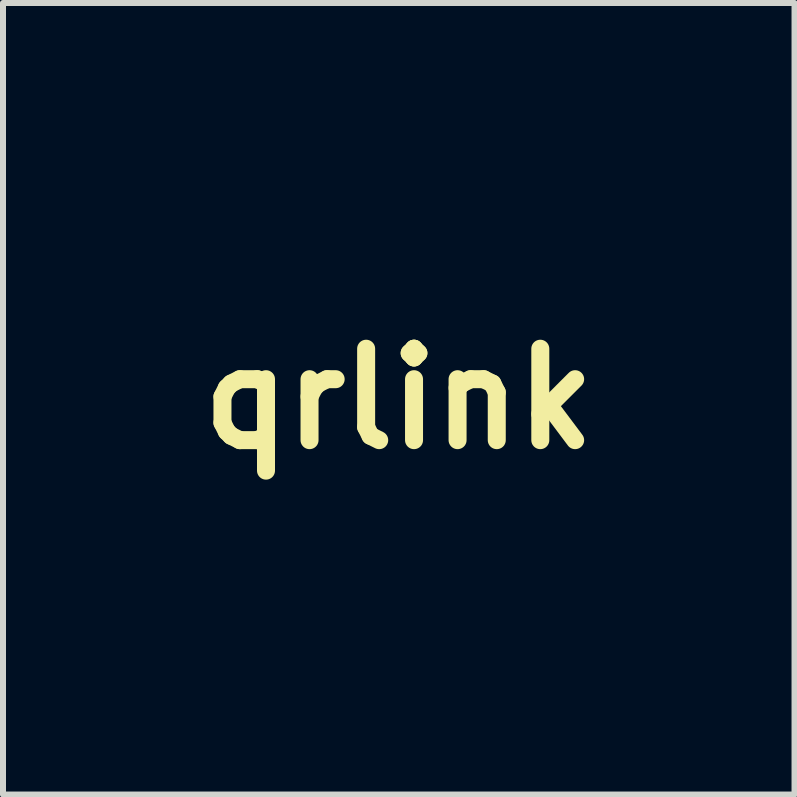
<source format=kicad_pcb>
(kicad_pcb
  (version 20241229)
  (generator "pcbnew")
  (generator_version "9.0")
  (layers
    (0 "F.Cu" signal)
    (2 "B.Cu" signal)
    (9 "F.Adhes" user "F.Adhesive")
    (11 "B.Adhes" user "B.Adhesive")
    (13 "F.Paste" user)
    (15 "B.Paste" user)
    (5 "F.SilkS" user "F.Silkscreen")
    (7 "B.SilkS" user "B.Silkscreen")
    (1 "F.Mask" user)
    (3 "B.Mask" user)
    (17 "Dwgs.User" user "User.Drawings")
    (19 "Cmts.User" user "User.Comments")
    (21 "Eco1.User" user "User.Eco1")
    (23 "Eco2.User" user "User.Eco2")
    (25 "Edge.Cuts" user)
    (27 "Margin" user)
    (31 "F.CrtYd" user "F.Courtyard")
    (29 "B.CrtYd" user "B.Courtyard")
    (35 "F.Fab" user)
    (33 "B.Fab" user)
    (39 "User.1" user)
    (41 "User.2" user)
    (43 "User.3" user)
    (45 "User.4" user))
  (footprint "qrlink"
    (layer "F.Cu")
    (at 3.597 3.597)
    (property "Reference" "qrlink" (at 0 0 0) (layer "F.SilkS") (effects (font (size 1.524 1.524) (thickness 0.3))))
    (attr through_hole)
    (fp_poly (pts (xy -3.08 0.127) (xy -3.334 0.127) (xy -3.334 -0.127) (xy -3.08 -0.127) (xy -3.08 0.127)) (stroke (width 0.01) (type solid)) (fill no) (layer "Eco2.User"))
    (fp_poly (pts (xy -2.349 -2.349) (xy -3.08 -2.349) (xy -3.08 -3.08) (xy -2.349 -3.08) (xy -2.349 -2.349)) (stroke (width 0.01) (type solid)) (fill no) (layer "Eco2.User"))
    (fp_poly (pts (xy -2.349 3.08) (xy -3.08 3.08) (xy -3.08 2.349) (xy -2.349 2.349) (xy -2.349 3.08)) (stroke (width 0.01) (type solid)) (fill no) (layer "Eco2.User"))
    (fp_poly (pts (xy -1.841 1.111) (xy -2.095 1.111) (xy -2.095 0.857) (xy -1.841 0.857) (xy -1.841 1.111)) (stroke (width 0.01) (type solid)) (fill no) (layer "Eco2.User"))
    (fp_poly (pts (xy 0.127 1.365) (xy -0.127 1.365) (xy -0.127 1.111) (xy 0.127 1.111) (xy 0.127 1.365)) (stroke (width 0.01) (type solid)) (fill no) (layer "Eco2.User"))
    (fp_poly (pts (xy 1.111 -1.841) (xy 0.857 -1.841) (xy 0.857 -2.349) (xy 1.111 -2.349) (xy 1.111 -1.841)) (stroke (width 0.01) (type solid)) (fill no) (layer "Eco2.User"))
    (fp_poly (pts (xy 2.095 2.095) (xy 1.841 2.095) (xy 1.841 1.841) (xy 2.095 1.841) (xy 2.095 2.095)) (stroke (width 0.01) (type solid)) (fill no) (layer "Eco2.User"))
    (fp_poly (pts (xy 3.08 -2.349) (xy 2.349 -2.349) (xy 2.349 -3.08) (xy 3.08 -3.08) (xy 3.08 -2.349)) (stroke (width 0.01) (type solid)) (fill no) (layer "Eco2.User"))
    (fp_poly (pts (xy -2.349 -1.365) (xy -2.971 -1.365) (xy -3.592 -1.365) (xy -3.582 -1.484) (xy -3.572 -1.603) (xy -2.961 -1.612) (xy -2.349 -1.621) (xy -2.349 -1.365)) (stroke (width 0.01) (type solid)) (fill no) (layer "Eco2.User"))
    (fp_poly (pts (xy -2.826 1.365) (xy -2.568 1.365) (xy -2.578 1.484) (xy -2.588 1.603) (xy -2.834 1.613) (xy -3.08 1.622) (xy -3.08 1.111) (xy -2.826 1.111) (xy -2.826 1.365)) (stroke (width 0.01) (type solid)) (fill no) (layer "Eco2.User"))
    (fp_poly (pts (xy 3.453 -0.375) (xy 3.531 -0.363) (xy 3.567 -0.333) (xy 3.58 -0.262) (xy 3.582 -0.246) (xy 3.592 -0.127) (xy 3.334 -0.127) (xy 3.334 -0.385) (xy 3.453 -0.375)) (stroke (width 0.01) (type solid)) (fill no) (layer "Eco2.User"))
    (fp_poly (pts (xy 3.453 0.609) (xy 3.531 0.621) (xy 3.567 0.652) (xy 3.58 0.722) (xy 3.582 0.738) (xy 3.592 0.857) (xy 3.334 0.857) (xy 3.334 0.599) (xy 3.453 0.609)) (stroke (width 0.01) (type solid)) (fill no) (layer "Eco2.User"))
    (fp_poly (pts (xy 3.582 2.215) (xy 3.57 2.293) (xy 3.539 2.329) (xy 3.469 2.342) (xy 3.453 2.343) (xy 3.334 2.353) (xy 3.334 2.095) (xy 3.592 2.095) (xy 3.582 2.215)) (stroke (width 0.01) (type solid)) (fill no) (layer "Eco2.User"))
    (fp_poly (pts (xy -1.365 -1.841) (xy -1.477 -1.841) (xy -1.56 -1.853) (xy -1.605 -1.882) (xy -1.606 -1.885) (xy -1.613 -1.937) (xy -1.615 -2.032) (xy -1.613 -2.131) (xy -1.603 -2.334) (xy -1.484 -2.343) (xy -1.365 -2.353) (xy -1.365 -1.841)) (stroke (width 0.01) (type solid)) (fill no) (layer "Eco2.User"))
    (fp_poly (pts (xy 2.707 -3.58) (xy 3.572 -3.572) (xy 3.58 -2.707) (xy 3.589 -1.841) (xy 1.841 -1.841) (xy 1.841 -2.095) (xy 2.095 -2.095) (xy 3.335 -2.095) (xy 3.326 -2.707) (xy 3.318 -3.318) (xy 2.707 -3.326) (xy 2.095 -3.335) (xy 2.095 -2.095) (xy 1.841 -2.095) (xy 1.841 -3.589) (xy 2.707 -3.58)) (stroke (width 0.01) (type solid)) (fill no) (layer "Eco2.User"))
    (fp_poly (pts (xy -1.841 -1.841) (xy -3.589 -1.841) (xy -3.586 -2.095) (xy -3.335 -2.095) (xy -2.095 -2.095) (xy -2.095 -2.715) (xy -2.096 -3.335) (xy -2.707 -3.326) (xy -3.318 -3.318) (xy -3.326 -2.707) (xy -3.335 -2.095) (xy -3.586 -2.095) (xy -3.58 -2.707) (xy -3.572 -3.572) (xy -2.707 -3.58) (xy -1.841 -3.589) (xy -1.841 -1.841)) (stroke (width 0.01) (type solid)) (fill no) (layer "Eco2.User"))
    (fp_poly (pts (xy 1.365 -2.826) (xy 1.619 -2.826) (xy 1.619 -2.349) (xy 1.111 -2.349) (xy 1.111 -2.603) (xy 1.238 -2.603) (xy 1.32 -2.607) (xy 1.356 -2.628) (xy 1.365 -2.682) (xy 1.365 -2.715) (xy 1.361 -2.786) (xy 1.338 -2.817) (xy 1.276 -2.826) (xy 1.238 -2.826) (xy 1.111 -2.826) (xy 1.111 -3.08) (xy 1.365 -3.08) (xy 1.365 -2.826)) (stroke (width 0.01) (type solid)) (fill no) (layer "Eco2.User"))
    (fp_poly (pts (xy 3.199 -1.613) (xy 3.277 -1.602) (xy 3.313 -1.571) (xy 3.326 -1.501) (xy 3.328 -1.486) (xy 3.339 -1.408) (xy 3.371 -1.373) (xy 3.443 -1.36) (xy 3.455 -1.359) (xy 3.532 -1.347) (xy 3.567 -1.316) (xy 3.58 -1.245) (xy 3.582 -1.23) (xy 3.592 -1.111) (xy 3.465 -1.111) (xy 3.383 -1.115) (xy 3.345 -1.137) (xy 3.331 -1.196) (xy 3.328 -1.23) (xy 3.316 -1.309) (xy 3.285 -1.345) (xy 3.215 -1.358) (xy 3.199 -1.359) (xy 3.123 -1.369) (xy 3.089 -1.396) (xy 3.08 -1.459) (xy 3.08 -1.496) (xy 3.08 -1.623) (xy 3.199 -1.613)) (stroke (width 0.01) (type solid)) (fill no) (layer "Eco2.User"))
    (fp_poly (pts (xy -0.913 0.369) (xy -0.881 0.393) (xy -0.873 0.455) (xy -0.873 0.492) (xy -0.877 0.574) (xy -0.899 0.612) (xy -0.958 0.626) (xy -0.992 0.629) (xy -1.07 0.64) (xy -1.104 0.668) (xy -1.111 0.732) (xy -1.111 0.748) (xy -1.115 0.818) (xy -1.139 0.849) (xy -1.202 0.857) (xy -1.238 0.857) (xy -1.365 0.857) (xy -1.365 0.73) (xy -1.362 0.649) (xy -1.341 0.613) (xy -1.283 0.604) (xy -1.24 0.603) (xy -1.159 0.599) (xy -1.122 0.576) (xy -1.108 0.516) (xy -1.105 0.484) (xy -1.094 0.406) (xy -1.066 0.373) (xy -1.001 0.365) (xy -0.984 0.365) (xy -0.913 0.369)) (stroke (width 0.01) (type solid)) (fill no) (layer "Eco2.User"))
    (fp_poly (pts (xy -1.841 3.588) (xy -2.693 3.588) (xy -2.92 3.587) (xy -3.125 3.585) (xy -3.301 3.582) (xy -3.439 3.577) (xy -3.53 3.572) (xy -3.567 3.567) (xy -3.567 3.567) (xy -3.572 3.53) (xy -3.577 3.439) (xy -3.582 3.302) (xy -3.585 3.126) (xy -3.587 2.92) (xy -3.588 2.694) (xy -3.588 2.095) (xy -3.334 2.095) (xy -3.334 2.693) (xy -3.333 2.882) (xy -3.33 3.049) (xy -3.325 3.183) (xy -3.319 3.274) (xy -3.313 3.312) (xy -3.313 3.313) (xy -3.276 3.319) (xy -3.185 3.325) (xy -3.052 3.33) (xy -2.886 3.333) (xy -2.698 3.334) (xy -2.693 3.334) (xy -2.095 3.334) (xy -2.095 2.095) (xy -3.334 2.095) (xy -3.588 2.095) (xy -3.588 1.841) (xy -1.841 1.841) (xy -1.841 3.588)) (stroke (width 0.01) (type solid)) (fill no) (layer "Eco2.User"))
    (fp_poly (pts (xy -1.365 0.254) (xy -1.369 0.335) (xy -1.389 0.371) (xy -1.443 0.381) (xy -1.474 0.381) (xy -1.546 0.386) (xy -1.579 0.414) (xy -1.592 0.483) (xy -1.594 0.5) (xy -1.603 0.619) (xy -1.849 0.628) (xy -2.095 0.638) (xy -2.095 0.746) (xy -2.101 0.817) (xy -2.129 0.849) (xy -2.198 0.862) (xy -2.215 0.863) (xy -2.293 0.875) (xy -2.329 0.906) (xy -2.342 0.976) (xy -2.343 0.992) (xy -2.353 1.111) (xy -2.606 1.111) (xy -2.597 0.865) (xy -2.588 0.619) (xy -2.343 0.61) (xy -2.099 0.601) (xy -2.089 0.483) (xy -2.078 0.405) (xy -2.047 0.37) (xy -1.976 0.357) (xy -1.961 0.355) (xy -1.883 0.344) (xy -1.849 0.316) (xy -1.842 0.252) (xy -1.841 0.236) (xy -1.841 0.127) (xy -1.365 0.127) (xy -1.365 0.254)) (stroke (width 0.01) (type solid)) (fill no) (layer "Eco2.User"))
    (fp_poly (pts (xy 3.334 0.127) (xy 3.334 0.381) (xy 3.08 0.381) (xy 3.08 1.111) (xy 3.334 1.111) (xy 3.334 1.365) (xy 3.588 1.365) (xy 3.588 1.841) (xy 3.08 1.841) (xy 3.08 2.095) (xy 2.603 2.095) (xy 2.603 2.572) (xy 2.715 2.572) (xy 2.789 2.567) (xy 2.82 2.539) (xy 2.826 2.469) (xy 2.826 2.461) (xy 2.83 2.389) (xy 2.853 2.358) (xy 2.915 2.35) (xy 2.953 2.349) (xy 3.034 2.353) (xy 3.07 2.374) (xy 3.079 2.428) (xy 3.08 2.459) (xy 3.08 2.569) (xy 3.326 2.578) (xy 3.572 2.588) (xy 3.582 2.707) (xy 3.592 2.826) (xy 3.334 2.826) (xy 3.334 3.334) (xy 3.08 3.334) (xy 3.08 3.588) (xy 2.826 3.588) (xy 2.826 3.461) (xy 2.822 3.379) (xy 2.802 3.343) (xy 2.748 3.334) (xy 2.717 3.334) (xy 2.645 3.339) (xy 2.612 3.367) (xy 2.599 3.436) (xy 2.597 3.453) (xy 2.588 3.572) (xy 2.215 3.581) (xy 1.841 3.59) (xy 1.841 3.334) (xy 1.369 3.334) (xy 1.359 3.453) (xy 1.349 3.572) (xy 0.619 3.572) (xy 0.609 3.455) (xy 0.598 3.377) (xy 0.566 3.342) (xy 0.494 3.329) (xy 0.482 3.328) (xy 0.405 3.316) (xy 0.37 3.285) (xy 0.357 3.214) (xy 0.355 3.199) (xy 0.344 3.121) (xy 0.316 3.087) (xy 0.252 3.08) (xy 0.236 3.08) (xy 0.166 3.084) (xy 0.135 3.108) (xy 0.127 3.17) (xy 0.127 3.207) (xy 0.127 3.334) (xy -0.127 3.334) (xy -0.127 3.08) (xy 0.127 3.08) (xy 0.127 2.826) (xy 0.635 2.826) (xy 0.635 3.334) (xy 0.857 3.334) (xy 0.857 3.08) (xy 1.111 3.08) (xy 1.111 3.338) (xy 1.23 3.328) (xy 1.309 3.316) (xy 1.345 3.285) (xy 1.358 3.215) (xy 1.359 3.199) (xy 1.369 3.08) (xy 1.841 3.08) (xy 1.841 3.334) (xy 2.095 3.334) (xy 2.095 3.207) (xy 2.349 3.207) (xy 2.353 3.288) (xy 2.374 3.324) (xy 2.428 3.333) (xy 2.461 3.334) (xy 2.532 3.33) (xy 2.563 3.306) (xy 2.572 3.244) (xy 2.572 3.207) (xy 2.568 3.125) (xy 2.548 3.089) (xy 2.493 3.08) (xy 2.461 3.08) (xy 2.826 3.08) (xy 2.826 3.334) (xy 3.08 3.334) (xy 3.08 3.08) (xy 2.826 3.08) (xy 2.461 3.08) (xy 2.389 3.084) (xy 2.358 3.107) (xy 2.35 3.169) (xy 2.349 3.207) (xy 2.095 3.207) (xy 2.095 3.08) (xy 1.841 3.08) (xy 1.369 3.08) (xy 1.111 3.08) (xy 0.857 3.08) (xy 0.857 2.826) (xy 0.635 2.826) (xy 0.127 2.826) (xy 0.127 2.603) (xy 1.619 2.603) (xy 1.619 2.826) (xy 2.572 2.826) (xy 2.572 2.603) (xy 1.619 2.603) (xy 0.127 2.603) (xy -0.127 2.603) (xy -0.127 2.477) (xy -0.13 2.395) (xy -0.151 2.359) (xy -0.205 2.35) (xy -0.236 2.349) (xy -0.308 2.355) (xy -0.341 2.382) (xy -0.354 2.452) (xy -0.355 2.469) (xy -0.365 2.545) (xy -0.392 2.579) (xy -0.455 2.587) (xy -0.492 2.588) (xy -0.619 2.588) (xy -0.628 2.342) (xy -0.638 2.095) (xy -0.381 2.095) (xy -0.127 2.095) (xy -0.127 2.353) (xy -0.008 2.343) (xy 0.071 2.332) (xy 0.106 2.301) (xy 0.12 2.231) (xy 0.121 2.215) (xy 0.131 2.095) (xy -0.127 2.095) (xy -0.381 2.095) (xy -0.381 1.841) (xy -0.508 1.841) (xy -0.589 1.838) (xy -0.625 1.817) (xy -0.635 1.763) (xy -0.635 1.73) (xy -0.64 1.656) (xy -0.668 1.625) (xy -0.738 1.619) (xy -0.746 1.619) (xy -0.821 1.624) (xy -0.851 1.652) (xy -0.857 1.722) (xy -0.857 1.73) (xy -0.861 1.802) (xy -0.885 1.833) (xy -0.947 1.841) (xy -0.984 1.841) (xy -1.111 1.841) (xy -1.111 2.095) (xy -0.857 2.095) (xy -0.857 2.823) (xy -0.611 2.832) (xy -0.365 2.842) (xy -0.355 2.961) (xy -0.345 3.08) (xy -0.601 3.08) (xy -0.61 3.326) (xy -0.619 3.572) (xy -0.738 3.582) (xy -0.857 3.592) (xy -0.857 3.08) (xy -1.111 3.08) (xy -1.111 2.822) (xy -1.23 2.832) (xy -1.349 2.842) (xy -1.349 3.318) (xy -1.23 3.328) (xy -1.154 3.338) (xy -1.12 3.365) (xy -1.111 3.429) (xy -1.111 3.463) (xy -1.111 3.588) (xy -1.344 3.588) (xy -1.46 3.585) (xy -1.55 3.578) (xy -1.596 3.568) (xy -1.598 3.567) (xy -1.605 3.53) (xy -1.611 3.439) (xy -1.615 3.306) (xy -1.618 3.14) (xy -1.619 2.952) (xy -1.619 2.461) (xy -1.365 2.461) (xy -1.361 2.532) (xy -1.338 2.563) (xy -1.276 2.572) (xy -1.238 2.572) (xy -1.157 2.568) (xy -1.121 2.548) (xy -1.112 2.493) (xy -1.111 2.461) (xy -1.115 2.389) (xy -1.139 2.358) (xy -1.201 2.35) (xy -1.238 2.349) (xy -1.32 2.353) (xy -1.356 2.374) (xy -1.365 2.428) (xy -1.365 2.461) (xy -1.619 2.461) (xy -1.619 2.349) (xy -1.365 2.349) (xy -1.365 2.095) (xy -1.619 2.095) (xy -1.619 1.73) (xy -1.365 1.73) (xy -1.361 1.802) (xy -1.338 1.833) (xy -1.276 1.841) (xy -1.238 1.841) (xy -1.157 1.838) (xy -1.121 1.817) (xy -1.112 1.763) (xy -1.111 1.73) (xy -1.115 1.659) (xy -1.139 1.628) (xy -1.201 1.619) (xy -1.238 1.619) (xy -1.32 1.623) (xy -1.356 1.643) (xy -1.365 1.698) (xy -1.365 1.73) (xy -1.619 1.73) (xy -1.619 1.621) (xy -1.976 1.612) (xy -2.334 1.603) (xy -2.343 1.357) (xy -2.352 1.111) (xy -2.226 1.111) (xy -2.145 1.115) (xy -2.107 1.137) (xy -2.093 1.196) (xy -2.089 1.23) (xy -2.08 1.349) (xy -1.849 1.359) (xy -1.619 1.368) (xy -1.619 1.24) (xy -1.616 1.158) (xy -1.595 1.121) (xy -1.539 1.112) (xy -1.494 1.111) (xy -1.413 1.115) (xy -1.376 1.138) (xy -1.362 1.198) (xy -1.359 1.23) (xy -1.348 1.309) (xy -1.317 1.345) (xy -1.247 1.358) (xy -1.23 1.359) (xy -1.152 1.37) (xy -1.119 1.399) (xy -1.111 1.463) (xy -1.111 1.478) (xy -1.107 1.548) (xy -1.083 1.579) (xy -1.021 1.587) (xy -0.984 1.587) (xy -0.903 1.584) (xy -0.867 1.563) (xy -0.858 1.509) (xy -0.857 1.476) (xy -0.861 1.405) (xy -0.885 1.374) (xy -0.947 1.365) (xy -0.984 1.365) (xy -1.111 1.365) (xy -1.111 1.111) (xy -0.857 1.111) (xy -0.857 0.855) (xy -0.611 0.864) (xy -0.365 0.873) (xy -0.365 0.984) (xy -0.37 1.057) (xy -0.397 1.091) (xy -0.466 1.104) (xy -0.484 1.105) (xy -0.603 1.115) (xy -0.603 1.587) (xy 0.127 1.587) (xy 0.127 1.714) (xy 0.13 1.796) (xy 0.151 1.832) (xy 0.205 1.841) (xy 0.236 1.841) (xy 0.381 1.841) (xy 0.381 2.349) (xy 0.857 2.349) (xy 0.857 2.572) (xy 1.365 2.572) (xy 1.365 2.349) (xy 0.857 2.349) (xy 0.857 1.841) (xy 1.365 1.841) (xy 1.365 1.73) (xy 1.361 1.659) (xy 1.338 1.628) (xy 1.276 1.619) (xy 1.238 1.619) (xy 1.619 1.619) (xy 1.619 2.352) (xy 1.976 2.343) (xy 2.334 2.334) (xy 2.343 1.976) (xy 2.352 1.619) (xy 1.619 1.619) (xy 1.238 1.619) (xy 1.157 1.616) (xy 1.121 1.595) (xy 1.112 1.537) (xy 1.111 1.494) (xy 1.115 1.413) (xy 1.138 1.376) (xy 1.198 1.362) (xy 1.23 1.359) (xy 1.349 1.349) (xy 1.349 0.984) (xy 1.619 0.984) (xy 1.623 1.066) (xy 1.643 1.102) (xy 1.698 1.111) (xy 1.73 1.111) (xy 2.095 1.111) (xy 2.095 1.365) (xy 2.603 1.365) (xy 2.603 1.476) (xy 2.608 1.551) (xy 2.636 1.581) (xy 2.706 1.587) (xy 2.715 1.587) (xy 2.789 1.583) (xy 2.82 1.555) (xy 2.826 1.485) (xy 2.826 1.476) (xy 2.83 1.405) (xy 2.853 1.374) (xy 2.915 1.365) (xy 2.953 1.365) (xy 3.08 1.365) (xy 3.08 1.111) (xy 2.826 1.111) (xy 2.826 0.635) (xy 2.603 0.635) (xy 2.603 1.111) (xy 2.095 1.111) (xy 1.73 1.111) (xy 1.802 1.107) (xy 1.833 1.084) (xy 1.841 1.022) (xy 1.841 0.984) (xy 1.838 0.903) (xy 1.817 0.867) (xy 1.763 0.858) (xy 1.73 0.857) (xy 1.659 0.861) (xy 1.628 0.885) (xy 1.619 0.947) (xy 1.619 0.984) (xy 1.349 0.984) (xy 1.349 0.873) (xy 1.23 0.863) (xy 1.111 0.853) (xy 1.111 0.381) (xy 1.365 0.381) (xy 1.365 0.857) (xy 1.587 0.857) (xy 1.587 0.492) (xy 1.841 0.492) (xy 1.845 0.563) (xy 1.869 0.595) (xy 1.931 0.603) (xy 1.968 0.603) (xy 2.05 0.6) (xy 2.086 0.579) (xy 2.095 0.525) (xy 2.095 0.492) (xy 2.349 0.492) (xy 2.354 0.567) (xy 2.382 0.597) (xy 2.452 0.603) (xy 2.461 0.603) (xy 2.535 0.598) (xy 2.566 0.571) (xy 2.572 0.501) (xy 2.572 0.492) (xy 2.567 0.418) (xy 2.539 0.387) (xy 2.469 0.381) (xy 2.461 0.381) (xy 2.386 0.386) (xy 2.356 0.414) (xy 2.35 0.484) (xy 2.349 0.492) (xy 2.095 0.492) (xy 2.092 0.421) (xy 2.068 0.389) (xy 2.006 0.381) (xy 1.968 0.381) (xy 1.887 0.384) (xy 1.851 0.405) (xy 1.842 0.459) (xy 1.841 0.492) (xy 1.587 0.492) (xy 1.587 0.381) (xy 1.365 0.381) (xy 1.111 0.381) (xy 1.111 0.131) (xy 1.125 0.13) (xy 1.841 0.13) (xy 1.912 0.127) (xy 2.603 0.127) (xy 2.603 0.236) (xy 2.609 0.308) (xy 2.636 0.341) (xy 2.706 0.354) (xy 2.723 0.355) (xy 2.842 0.359) (xy 2.961 0.354) (xy 3.039 0.342) (xy 3.072 0.313) (xy 3.08 0.249) (xy 3.08 0.235) (xy 3.08 0.127) (xy 2.603 0.127) (xy 1.912 0.127) (xy 2.088 0.12) (xy 2.334 0.111) (xy 2.334 -0.111) (xy 2.088 -0.12) (xy 1.841 -0.13) (xy 1.841 0.13) (xy 1.125 0.13) (xy 1.23 0.121) (xy 1.308 0.11) (xy 1.342 0.082) (xy 1.349 0.017) (xy 1.349 0) (xy 1.349 -0.111) (xy 1.103 -0.12) (xy 0.857 -0.13) (xy 0.857 -0.239) (xy 0.852 -0.313) (xy 0.824 -0.343) (xy 0.754 -0.349) (xy 0.746 -0.349) (xy 0.635 -0.349) (xy 0.635 0.349) (xy 0.746 0.349) (xy 0.814 0.352) (xy 0.847 0.373) (xy 0.857 0.429) (xy 0.857 0.492) (xy 0.855 0.58) (xy 0.839 0.621) (xy 0.796 0.634) (xy 0.746 0.635) (xy 0.672 0.64) (xy 0.641 0.668) (xy 0.635 0.738) (xy 0.635 0.746) (xy 0.64 0.821) (xy 0.668 0.851) (xy 0.738 0.857) (xy 0.746 0.857) (xy 0.817 0.861) (xy 0.849 0.885) (xy 0.857 0.947) (xy 0.857 0.984) (xy 0.854 1.066) (xy 0.833 1.102) (xy 0.779 1.111) (xy 0.746 1.111) (xy 0.675 1.115) (xy 0.643 1.139) (xy 0.635 1.201) (xy 0.635 1.238) (xy 0.638 1.32) (xy 0.659 1.356) (xy 0.713 1.365) (xy 0.746 1.365) (xy 0.817 1.369) (xy 0.849 1.393) (xy 0.857 1.455) (xy 0.857 1.492) (xy 0.854 1.574) (xy 0.833 1.61) (xy 0.779 1.619) (xy 0.746 1.619) (xy 0.672 1.624) (xy 0.641 1.652) (xy 0.635 1.722) (xy 0.635 1.73) (xy 0.631 1.802) (xy 0.607 1.833) (xy 0.545 1.841) (xy 0.508 1.841) (xy 0.381 1.841) (xy 0.236 1.841) (xy 0.308 1.836) (xy 0.341 1.809) (xy 0.354 1.739) (xy 0.355 1.722) (xy 0.367 1.644) (xy 0.398 1.608) (xy 0.468 1.595) (xy 0.484 1.594) (xy 0.562 1.582) (xy 0.596 1.554) (xy 0.603 1.49) (xy 0.603 1.476) (xy 0.598 1.406) (xy 0.57 1.373) (xy 0.5 1.361) (xy 0.484 1.359) (xy 0.406 1.348) (xy 0.37 1.317) (xy 0.357 1.247) (xy 0.355 1.23) (xy 0.344 1.152) (xy 0.316 1.119) (xy 0.252 1.111) (xy 0.236 1.111) (xy 0.166 1.107) (xy 0.135 1.083) (xy 0.127 1.021) (xy 0.127 0.984) (xy 0.13 0.903) (xy 0.151 0.867) (xy 0.205 0.858) (xy 0.238 0.857) (xy 0.313 0.852) (xy 0.343 0.825) (xy 0.349 0.755) (xy 0.349 0.748) (xy 0.349 0.638) (xy 0.119 0.628) (xy -0.111 0.619) (xy -0.121 0.5) (xy -0.132 0.422) (xy -0.16 0.389) (xy -0.224 0.381) (xy -0.238 0.381) (xy -0.309 0.386) (xy -0.341 0.414) (xy -0.354 0.484) (xy -0.355 0.5) (xy -0.365 0.576) (xy -0.392 0.61) (xy -0.455 0.619) (xy -0.492 0.619) (xy -0.619 0.619) (xy -0.628 0.373) (xy -0.638 0.127) (xy -0.381 0.127) (xy -0.127 0.127) (xy -0.127 0.349) (xy 0.349 0.349) (xy 0.349 0.127) (xy -0.127 0.127) (xy -0.381 0.127) (xy -0.381 -0.127) (xy -0.508 -0.127) (xy -0.589 -0.13) (xy -0.625 -0.151) (xy -0.635 -0.205) (xy -0.635 -0.238) (xy -0.64 -0.313) (xy -0.668 -0.343) (xy -0.738 -0.349) (xy -0.746 -0.349) (xy -0.857 -0.349) (xy -0.857 0.127) (xy -1.111 0.127) (xy -1.111 -0.127) (xy -1.841 -0.127) (xy -1.841 0.127) (xy -2.349 0.127) (xy -2.349 0.381) (xy -2.822 0.381) (xy -2.832 0.5) (xy -2.843 0.579) (xy -2.874 0.614) (xy -2.944 0.628) (xy -2.961 0.629) (xy -3.039 0.64) (xy -3.072 0.668) (xy -3.08 0.732) (xy -3.08 0.748) (xy -3.084 0.818) (xy -3.108 0.849) (xy -3.17 0.857) (xy -3.207 0.857) (xy -3.334 0.857) (xy -3.334 1.623) (xy -3.453 1.613) (xy -3.572 1.603) (xy -3.572 0.365) (xy -3.445 0.36) (xy -3.349 0.357) (xy -3.217 0.354) (xy -3.078 0.352) (xy -3.072 0.352) (xy -2.826 0.349) (xy -2.826 0.238) (xy -2.821 0.164) (xy -2.793 0.133) (xy -2.723 0.127) (xy -2.715 0.127) (xy -2.643 0.123) (xy -2.612 0.099) (xy -2.604 0.037) (xy -2.603 0) (xy -2.607 -0.081) (xy -2.628 -0.117) (xy -2.682 -0.127) (xy -2.715 -0.127) (xy -2.789 -0.132) (xy -2.82 -0.16) (xy -2.826 -0.23) (xy -2.826 -0.236) (xy -2.572 -0.236) (xy -2.572 -0.127) (xy -1.841 -0.127) (xy -1.841 -0.344) (xy -2.088 -0.355) (xy -2.225 -0.359) (xy -2.355 -0.359) (xy -2.449 -0.356) (xy -2.453 -0.355) (xy -2.531 -0.344) (xy -2.564 -0.316) (xy -2.572 -0.252) (xy -2.572 -0.236) (xy -2.826 -0.236) (xy -2.826 -0.238) (xy -2.826 -0.349) (xy -3.072 -0.352) (xy -3.26 -0.354) (xy -3.394 -0.357) (xy -3.483 -0.363) (xy -3.536 -0.375) (xy -3.563 -0.396) (xy -3.572 -0.428) (xy -3.572 -0.474) (xy -3.572 -0.492) (xy -3.568 -0.574) (xy -3.546 -0.612) (xy -3.487 -0.626) (xy -3.453 -0.629) (xy -3.375 -0.64) (xy -3.341 -0.668) (xy -3.334 -0.732) (xy -3.334 -0.748) (xy -3.334 -0.857) (xy -2.826 -0.857) (xy -2.826 -0.381) (xy -2.603 -0.381) (xy -2.603 -0.857) (xy -2.826 -0.857) (xy -2.826 -1.111) (xy -2.572 -1.111) (xy -2.572 -0.984) (xy -2.568 -0.903) (xy -2.548 -0.867) (xy -2.493 -0.858) (xy -2.461 -0.857) (xy -2.349 -0.857) (xy -2.349 -1.365) (xy -2.095 -1.365) (xy -2.095 -1.111) (xy -1.841 -1.111) (xy -1.841 -0.857) (xy -1.968 -0.857) (xy -2.05 -0.854) (xy -2.086 -0.833) (xy -2.095 -0.779) (xy -2.095 -0.748) (xy -2.09 -0.676) (xy -2.063 -0.643) (xy -1.993 -0.63) (xy -1.976 -0.629) (xy -1.898 -0.617) (xy -1.862 -0.587) (xy -1.849 -0.516) (xy -1.848 -0.5) (xy -1.838 -0.381) (xy -1.365 -0.381) (xy -1.365 -0.492) (xy -1.111 -0.492) (xy -1.107 -0.421) (xy -1.084 -0.389) (xy -1.022 -0.381) (xy -0.984 -0.381) (xy -0.903 -0.384) (xy -0.867 -0.405) (xy -0.858 -0.459) (xy -0.857 -0.492) (xy -0.861 -0.563) (xy -0.885 -0.595) (xy -0.947 -0.603) (xy -0.984 -0.603) (xy -1.066 -0.6) (xy -1.102 -0.579) (xy -1.111 -0.525) (xy -1.111 -0.492) (xy -1.365 -0.492) (xy -1.365 -0.857) (xy -1.619 -0.857) (xy -1.619 -1.365) (xy -2.095 -1.365) (xy -2.095 -1.619) (xy -0.857 -1.619) (xy -0.857 -1.494) (xy -0.861 -1.413) (xy -0.884 -1.376) (xy -0.944 -1.362) (xy -0.976 -1.359) (xy -1.095 -1.349) (xy -1.105 -1.103) (xy -1.114 -0.857) (xy -0.857 -0.857) (xy -0.857 -1.114) (xy -0.611 -1.105) (xy -0.365 -1.095) (xy -0.365 -0.984) (xy -0.37 -0.911) (xy -0.397 -0.878) (xy -0.466 -0.865) (xy -0.484 -0.863) (xy -0.603 -0.853) (xy -0.603 -0.381) (xy -0.127 -0.381) (xy -0.127 -0.127) (xy 0.349 -0.127) (xy 0.349 -0.238) (xy 0.344 -0.313) (xy 0.317 -0.343) (xy 0.247 -0.349) (xy 0.238 -0.349) (xy 0.167 -0.353) (xy 0.135 -0.377) (xy 0.127 -0.439) (xy 0.127 -0.476) (xy 0.127 -0.492) (xy 0.381 -0.492) (xy 0.386 -0.418) (xy 0.414 -0.387) (xy 0.484 -0.381) (xy 0.492 -0.381) (xy 0.567 -0.386) (xy 0.597 -0.414) (xy 0.603 -0.484) (xy 0.603 -0.492) (xy 0.598 -0.567) (xy 0.571 -0.597) (xy 0.501 -0.603) (xy 0.492 -0.603) (xy 0.418 -0.598) (xy 0.387 -0.571) (xy 0.381 -0.501) (xy 0.381 -0.492) (xy 0.127 -0.492) (xy 0.127 -0.603) (xy -0.127 -0.603) (xy -0.127 -1.111) (xy 0.349 -1.111) (xy 0.349 -1.365) (xy -0.635 -1.365) (xy -0.635 -1.857) (xy -0.359 -1.857) (xy -0.354 -1.738) (xy -0.342 -1.66) (xy -0.313 -1.627) (xy -0.249 -1.619) (xy -0.235 -1.619) (xy -0.127 -1.619) (xy -0.127 -2.095) (xy -0.236 -2.095) (xy -0.308 -2.09) (xy -0.341 -2.063) (xy -0.354 -1.993) (xy -0.355 -1.976) (xy -0.359 -1.857) (xy -0.635 -1.857) (xy -0.635 -2.095) (xy -0.381 -2.095) (xy -0.381 -2.349) (xy -0.508 -2.349) (xy -0.589 -2.353) (xy -0.625 -2.374) (xy -0.635 -2.428) (xy -0.635 -2.461) (xy -0.64 -2.535) (xy -0.668 -2.566) (xy -0.738 -2.572) (xy -0.746 -2.572) (xy -0.127 -2.572) (xy -0.127 -2.095) (xy 0.127 -2.095) (xy 0.127 -2.572) (xy -0.127 -2.572) (xy -0.746 -2.572) (xy -0.857 -2.572) (xy -0.857 -1.841) (xy -1.111 -1.841) (xy -1.111 -2.569) (xy -1.357 -2.578) (xy -1.603 -2.588) (xy -1.613 -2.707) (xy -1.614 -2.715) (xy -1.111 -2.715) (xy -1.107 -2.643) (xy -1.084 -2.612) (xy -1.022 -2.604) (xy -0.984 -2.603) (xy -0.903 -2.607) (xy -0.867 -2.628) (xy -0.858 -2.682) (xy -0.857 -2.715) (xy -0.861 -2.786) (xy -0.885 -2.817) (xy -0.947 -2.826) (xy -0.984 -2.826) (xy -1.066 -2.822) (xy -1.102 -2.802) (xy -1.111 -2.747) (xy -1.111 -2.715) (xy -1.614 -2.715) (xy -1.623 -2.826) (xy -1.494 -2.826) (xy -1.365 -2.826) (xy -1.365 -3.08) (xy -1.623 -3.08) (xy -1.613 -3.199) (xy -1.602 -3.277) (xy -1.571 -3.313) (xy -1.501 -3.326) (xy -1.486 -3.328) (xy -1.408 -3.339) (xy -1.373 -3.371) (xy -1.36 -3.443) (xy -1.359 -3.455) (xy -1.347 -3.532) (xy -1.316 -3.567) (xy -1.245 -3.58) (xy -1.23 -3.582) (xy -1.111 -3.592) (xy -1.111 -3.08) (xy -0.857 -3.08) (xy -0.857 -3.334) (xy -0.385 -3.334) (xy -0.375 -3.453) (xy -0.363 -3.531) (xy -0.333 -3.567) (xy -0.262 -3.58) (xy -0.246 -3.582) (xy -0.127 -3.592) (xy -0.127 -3.463) (xy -0.13 -3.381) (xy -0.15 -3.344) (xy -0.203 -3.334) (xy -0.238 -3.334) (xy -0.309 -3.33) (xy -0.341 -3.306) (xy -0.349 -3.244) (xy -0.349 -3.207) (xy -0.349 -3.08) (xy -0.603 -3.08) (xy -0.603 -2.603) (xy -0.492 -2.603) (xy -0.418 -2.608) (xy -0.387 -2.636) (xy -0.381 -2.706) (xy -0.381 -2.715) (xy -0.377 -2.786) (xy -0.353 -2.817) (xy -0.291 -2.826) (xy -0.254 -2.826) (xy -0.127 -2.826) (xy 0.127 -2.826) (xy 0.127 -2.603) (xy 0.603 -2.603) (xy 0.603 -2.826) (xy 0.127 -2.826) (xy -0.127 -2.826) (xy -0.127 -3.08) (xy 0.127 -3.08) (xy 0.127 -3.207) (xy 0.13 -3.288) (xy 0.151 -3.324) (xy 0.205 -3.333) (xy 0.236 -3.334) (xy 0.308 -3.339) (xy 0.341 -3.367) (xy 0.354 -3.436) (xy 0.355 -3.453) (xy 0.365 -3.572) (xy 1.603 -3.572) (xy 1.613 -3.453) (xy 1.623 -3.334) (xy 1.111 -3.334) (xy 1.111 -3.08) (xy 0.857 -3.08) (xy 0.857 -3.207) (xy 0.854 -3.288) (xy 0.833 -3.324) (xy 0.779 -3.333) (xy 0.746 -3.334) (xy 0.635 -3.334) (xy 0.635 -2.826) (xy 0.746 -2.826) (xy 0.817 -2.822) (xy 0.849 -2.798) (xy 0.857 -2.736) (xy 0.857 -2.699) (xy 0.854 -2.617) (xy 0.833 -2.581) (xy 0.779 -2.572) (xy 0.746 -2.572) (xy 0.672 -2.567) (xy 0.641 -2.539) (xy 0.635 -2.469) (xy 0.635 -2.461) (xy 0.631 -2.389) (xy 0.607 -2.358) (xy 0.545 -2.35) (xy 0.508 -2.349) (xy 0.381 -2.349) (xy 0.381 -2.095) (xy 0.639 -2.095) (xy 0.629 -1.976) (xy 0.619 -1.9) (xy 0.592 -1.866) (xy 0.529 -1.858) (xy 0.492 -1.857) (xy 0.41 -1.861) (xy 0.372 -1.883) (xy 0.358 -1.942) (xy 0.355 -1.976) (xy 0.344 -2.054) (xy 0.316 -2.088) (xy 0.252 -2.095) (xy 0.236 -2.095) (xy 0.127 -2.095) (xy 0.127 -1.619) (xy 0.857 -1.619) (xy 0.857 -1.492) (xy 0.854 -1.411) (xy 0.833 -1.375) (xy 0.779 -1.366) (xy 0.746 -1.365) (xy 0.635 -1.365) (xy 0.635 -0.635) (xy 0.746 -0.635) (xy 0.817 -0.631) (xy 0.849 -0.607) (xy 0.857 -0.545) (xy 0.857 -0.508) (xy 0.857 -0.381) (xy 2.572 -0.381) (xy 2.572 -0.857) (xy 2.461 -0.857) (xy 2.389 -0.861) (xy 2.358 -0.885) (xy 2.35 -0.947) (xy 2.349 -0.984) (xy 2.349 -1.111) (xy 1.841 -1.111) (xy 1.841 -1.238) (xy 1.838 -1.32) (xy 1.817 -1.356) (xy 1.763 -1.365) (xy 1.731 -1.365) (xy 1.621 -1.365) (xy 1.612 -0.992) (xy 1.603 -0.619) (xy 1.486 -0.609) (xy 1.368 -0.6) (xy 1.359 -0.847) (xy 1.349 -1.095) (xy 1.23 -1.105) (xy 1.111 -1.115) (xy 1.111 -1.476) (xy 1.365 -1.476) (xy 1.37 -1.402) (xy 1.398 -1.371) (xy 1.468 -1.365) (xy 1.476 -1.365) (xy 1.551 -1.37) (xy 1.581 -1.398) (xy 1.587 -1.468) (xy 1.587 -1.476) (xy 1.583 -1.551) (xy 1.555 -1.581) (xy 1.485 -1.587) (xy 1.476 -1.587) (xy 1.402 -1.583) (xy 1.371 -1.555) (xy 1.365 -1.485) (xy 1.365 -1.476) (xy 1.111 -1.476) (xy 1.111 -1.838) (xy 1.23 -1.848) (xy 1.309 -1.859) (xy 1.345 -1.89) (xy 1.358 -1.96) (xy 1.359 -1.976) (xy 1.37 -2.053) (xy 1.397 -2.087) (xy 1.461 -2.095) (xy 1.494 -2.095) (xy 1.619 -2.095) (xy 1.619 -1.619) (xy 1.73 -1.619) (xy 1.802 -1.615) (xy 1.833 -1.592) (xy 1.841 -1.53) (xy 1.841 -1.492) (xy 1.841 -1.365) (xy 2.095 -1.365) (xy 2.095 -1.623) (xy 2.215 -1.613) (xy 2.293 -1.602) (xy 2.329 -1.571) (xy 2.342 -1.501) (xy 2.343 -1.484) (xy 2.355 -1.406) (xy 2.383 -1.373) (xy 2.446 -1.365) (xy 2.461 -1.365) (xy 2.531 -1.37) (xy 2.564 -1.399) (xy 2.576 -1.469) (xy 2.578 -1.484) (xy 2.589 -1.563) (xy 2.62 -1.599) (xy 2.69 -1.612) (xy 2.707 -1.613) (xy 2.826 -1.623) (xy 2.826 -1.494) (xy 2.823 -1.412) (xy 2.802 -1.375) (xy 2.75 -1.366) (xy 2.715 -1.365) (xy 2.603 -1.365) (xy 2.603 -0.857) (xy 2.715 -0.857) (xy 2.789 -0.852) (xy 2.82 -0.825) (xy 2.826 -0.755) (xy 2.826 -0.746) (xy 2.83 -0.675) (xy 2.853 -0.643) (xy 2.915 -0.635) (xy 2.953 -0.635) (xy 3.034 -0.638) (xy 3.07 -0.659) (xy 3.079 -0.713) (xy 3.08 -0.746) (xy 3.084 -0.817) (xy 3.107 -0.849) (xy 3.169 -0.857) (xy 3.207 -0.857) (xy 3.334 -0.857) (xy 3.334 -0.603) (xy 3.08 -0.603) (xy 3.08 -0.474) (xy 3.077 -0.392) (xy 3.057 -0.356) (xy 3.004 -0.348) (xy 2.961 -0.35) (xy 2.841 -0.353) (xy 2.723 -0.352) (xy 2.645 -0.346) (xy 2.611 -0.321) (xy 2.604 -0.258) (xy 2.603 -0.238) (xy 2.603 -0.127) (xy 3.08 -0.127) (xy 3.08 0.127) (xy 3.334 0.127)) (stroke (width 0.01) (type solid)) (fill no) (layer "Eco2.User")))
  (gr_rect
    (start -3 -3)
    (end 10.193 10.193)
    (stroke (width 0.1) (type default))
    (fill no)
    (layer "Edge.Cuts")))
</source>
